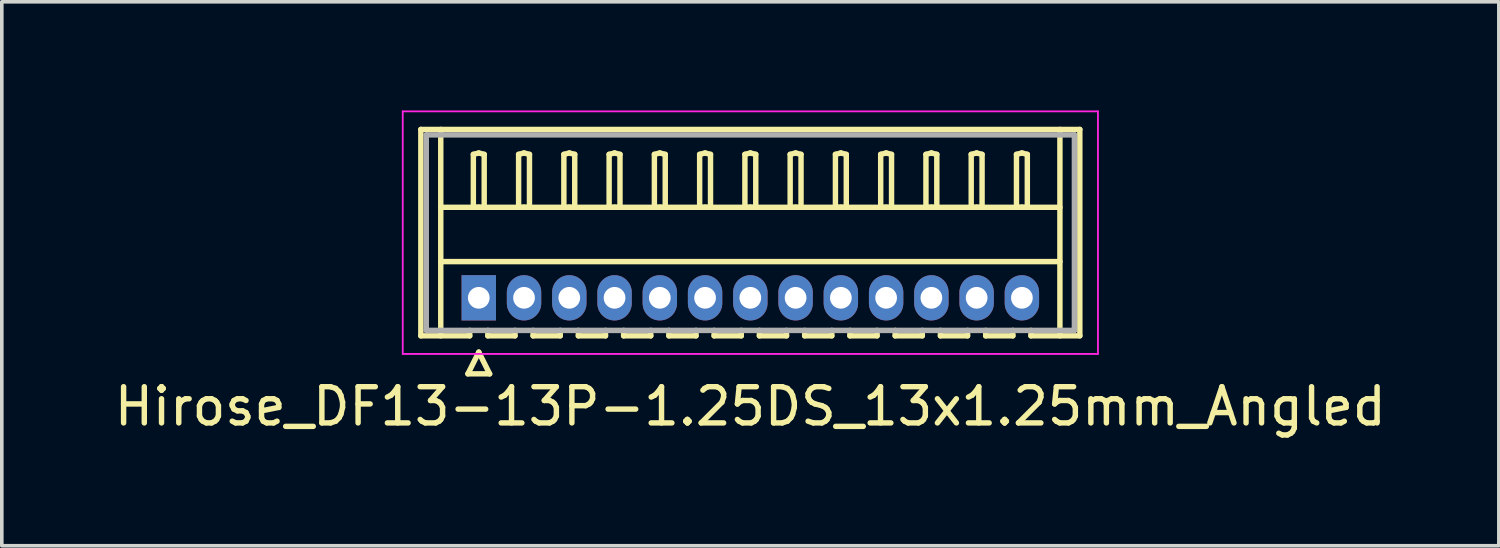
<source format=kicad_pcb>
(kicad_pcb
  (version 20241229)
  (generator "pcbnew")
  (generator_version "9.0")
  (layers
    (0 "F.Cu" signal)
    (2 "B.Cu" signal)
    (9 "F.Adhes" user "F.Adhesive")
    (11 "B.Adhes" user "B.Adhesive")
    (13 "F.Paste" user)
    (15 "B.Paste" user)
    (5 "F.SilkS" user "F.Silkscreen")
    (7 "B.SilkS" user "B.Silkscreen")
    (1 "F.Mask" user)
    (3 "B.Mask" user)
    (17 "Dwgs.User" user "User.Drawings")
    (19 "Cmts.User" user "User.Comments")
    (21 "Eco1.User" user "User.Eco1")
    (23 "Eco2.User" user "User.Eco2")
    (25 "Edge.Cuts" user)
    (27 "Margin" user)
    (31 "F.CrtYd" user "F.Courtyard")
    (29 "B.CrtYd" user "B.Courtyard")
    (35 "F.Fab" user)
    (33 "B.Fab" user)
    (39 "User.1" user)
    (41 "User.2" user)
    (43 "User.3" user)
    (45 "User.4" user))
  (footprint "Hirose_DF13-13P-1.25DS_13x1.25mm_Angled"
    (layer "F.Cu")
    (at 10.173 5.175)
    (property "Reference" "Hirose_DF13-13P-1.25DS_13x1.25mm_Angled" (at 7.5 3 0) (layer "F.SilkS") (effects (font (size 1 1) (thickness 0.15))))
    (attr through_hole)
    (fp_line (start -1.6 -4.65) (end 16.6 -4.65) (stroke (width 0.15) (type solid)) (layer "F.SilkS"))
    (fp_line (start -1.6 1.05) (end -1.6 -4.65) (stroke (width 0.15) (type solid)) (layer "F.SilkS"))
    (fp_line (start -1.05 -4.65) (end -1.05 1.05) (stroke (width 0.15) (type solid)) (layer "F.SilkS"))
    (fp_line (start -1.05 -2.5) (end 16.05 -2.5) (stroke (width 0.15) (type solid)) (layer "F.SilkS"))
    (fp_line (start -1.05 -1) (end 16.05 -1) (stroke (width 0.15) (type solid)) (layer "F.SilkS"))
    (fp_line (start -0.3 2.1) (end 0.3 2.1) (stroke (width 0.15) (type solid)) (layer "F.SilkS"))
    (fp_line (start -0.25 0.9) (end -0.25 1.05) (stroke (width 0.15) (type solid)) (layer "F.SilkS"))
    (fp_line (start -0.25 1.05) (end -1.6 1.05) (stroke (width 0.15) (type solid)) (layer "F.SilkS"))
    (fp_line (start -0.15 -3.962) (end 0 -4) (stroke (width 0.15) (type solid)) (layer "F.SilkS"))
    (fp_line (start -0.15 -2.5) (end -0.15 -3.962) (stroke (width 0.15) (type solid)) (layer "F.SilkS"))
    (fp_line (start 0 -4) (end 0.15 -3.962) (stroke (width 0.15) (type solid)) (layer "F.SilkS"))
    (fp_line (start 0 -2.5) (end -0.15 -2.5) (stroke (width 0.15) (type solid)) (layer "F.SilkS"))
    (fp_line (start 0 1.5) (end -0.3 2.1) (stroke (width 0.15) (type solid)) (layer "F.SilkS"))
    (fp_line (start 0.15 -3.962) (end 0.15 -2.5) (stroke (width 0.15) (type solid)) (layer "F.SilkS"))
    (fp_line (start 0.15 -2.5) (end 0 -2.5) (stroke (width 0.15) (type solid)) (layer "F.SilkS"))
    (fp_line (start 0.25 0.9) (end 0.25 1.05) (stroke (width 0.15) (type solid)) (layer "F.SilkS"))
    (fp_line (start 0.25 1.05) (end 1 1.05) (stroke (width 0.15) (type solid)) (layer "F.SilkS"))
    (fp_line (start 0.3 2.1) (end 0 1.5) (stroke (width 0.15) (type solid)) (layer "F.SilkS"))
    (fp_line (start 1 1.05) (end 1 0.9) (stroke (width 0.15) (type solid)) (layer "F.SilkS"))
    (fp_line (start 1.1 -3.962) (end 1.25 -4) (stroke (width 0.15) (type solid)) (layer "F.SilkS"))
    (fp_line (start 1.1 -2.5) (end 1.1 -3.962) (stroke (width 0.15) (type solid)) (layer "F.SilkS"))
    (fp_line (start 1.25 -4) (end 1.4 -3.962) (stroke (width 0.15) (type solid)) (layer "F.SilkS"))
    (fp_line (start 1.25 -2.5) (end 1.1 -2.5) (stroke (width 0.15) (type solid)) (layer "F.SilkS"))
    (fp_line (start 1.4 -3.962) (end 1.4 -2.5) (stroke (width 0.15) (type solid)) (layer "F.SilkS"))
    (fp_line (start 1.4 -2.5) (end 1.25 -2.5) (stroke (width 0.15) (type solid)) (layer "F.SilkS"))
    (fp_line (start 1.5 0.9) (end 1.5 1.05) (stroke (width 0.15) (type solid)) (layer "F.SilkS"))
    (fp_line (start 1.5 1.05) (end 2.25 1.05) (stroke (width 0.15) (type solid)) (layer "F.SilkS"))
    (fp_line (start 2.25 1.05) (end 2.25 0.9) (stroke (width 0.15) (type solid)) (layer "F.SilkS"))
    (fp_line (start 2.35 -3.962) (end 2.5 -4) (stroke (width 0.15) (type solid)) (layer "F.SilkS"))
    (fp_line (start 2.35 -2.5) (end 2.35 -3.962) (stroke (width 0.15) (type solid)) (layer "F.SilkS"))
    (fp_line (start 2.5 -4) (end 2.65 -3.962) (stroke (width 0.15) (type solid)) (layer "F.SilkS"))
    (fp_line (start 2.5 -2.5) (end 2.35 -2.5) (stroke (width 0.15) (type solid)) (layer "F.SilkS"))
    (fp_line (start 2.65 -3.962) (end 2.65 -2.5) (stroke (width 0.15) (type solid)) (layer "F.SilkS"))
    (fp_line (start 2.65 -2.5) (end 2.5 -2.5) (stroke (width 0.15) (type solid)) (layer "F.SilkS"))
    (fp_line (start 2.75 0.9) (end 2.75 1.05) (stroke (width 0.15) (type solid)) (layer "F.SilkS"))
    (fp_line (start 2.75 1.05) (end 3.5 1.05) (stroke (width 0.15) (type solid)) (layer "F.SilkS"))
    (fp_line (start 3.5 1.05) (end 3.5 0.9) (stroke (width 0.15) (type solid)) (layer "F.SilkS"))
    (fp_line (start 3.6 -3.962) (end 3.75 -4) (stroke (width 0.15) (type solid)) (layer "F.SilkS"))
    (fp_line (start 3.6 -2.5) (end 3.6 -3.962) (stroke (width 0.15) (type solid)) (layer "F.SilkS"))
    (fp_line (start 3.75 -4) (end 3.9 -3.962) (stroke (width 0.15) (type solid)) (layer "F.SilkS"))
    (fp_line (start 3.75 -2.5) (end 3.6 -2.5) (stroke (width 0.15) (type solid)) (layer "F.SilkS"))
    (fp_line (start 3.9 -3.962) (end 3.9 -2.5) (stroke (width 0.15) (type solid)) (layer "F.SilkS"))
    (fp_line (start 3.9 -2.5) (end 3.75 -2.5) (stroke (width 0.15) (type solid)) (layer "F.SilkS"))
    (fp_line (start 4 0.9) (end 4 1.05) (stroke (width 0.15) (type solid)) (layer "F.SilkS"))
    (fp_line (start 4 1.05) (end 4.75 1.05) (stroke (width 0.15) (type solid)) (layer "F.SilkS"))
    (fp_line (start 4.75 1.05) (end 4.75 0.9) (stroke (width 0.15) (type solid)) (layer "F.SilkS"))
    (fp_line (start 4.85 -3.962) (end 5 -4) (stroke (width 0.15) (type solid)) (layer "F.SilkS"))
    (fp_line (start 4.85 -2.5) (end 4.85 -3.962) (stroke (width 0.15) (type solid)) (layer "F.SilkS"))
    (fp_line (start 5 -4) (end 5.15 -3.962) (stroke (width 0.15) (type solid)) (layer "F.SilkS"))
    (fp_line (start 5 -2.5) (end 4.85 -2.5) (stroke (width 0.15) (type solid)) (layer "F.SilkS"))
    (fp_line (start 5.15 -3.962) (end 5.15 -2.5) (stroke (width 0.15) (type solid)) (layer "F.SilkS"))
    (fp_line (start 5.15 -2.5) (end 5 -2.5) (stroke (width 0.15) (type solid)) (layer "F.SilkS"))
    (fp_line (start 5.25 0.9) (end 5.25 1.05) (stroke (width 0.15) (type solid)) (layer "F.SilkS"))
    (fp_line (start 5.25 1.05) (end 6 1.05) (stroke (width 0.15) (type solid)) (layer "F.SilkS"))
    (fp_line (start 6 1.05) (end 6 0.9) (stroke (width 0.15) (type solid)) (layer "F.SilkS"))
    (fp_line (start 6.1 -3.962) (end 6.25 -4) (stroke (width 0.15) (type solid)) (layer "F.SilkS"))
    (fp_line (start 6.1 -2.5) (end 6.1 -3.962) (stroke (width 0.15) (type solid)) (layer "F.SilkS"))
    (fp_line (start 6.25 -4) (end 6.4 -3.962) (stroke (width 0.15) (type solid)) (layer "F.SilkS"))
    (fp_line (start 6.25 -2.5) (end 6.1 -2.5) (stroke (width 0.15) (type solid)) (layer "F.SilkS"))
    (fp_line (start 6.4 -3.962) (end 6.4 -2.5) (stroke (width 0.15) (type solid)) (layer "F.SilkS"))
    (fp_line (start 6.4 -2.5) (end 6.25 -2.5) (stroke (width 0.15) (type solid)) (layer "F.SilkS"))
    (fp_line (start 6.5 0.9) (end 6.5 1.05) (stroke (width 0.15) (type solid)) (layer "F.SilkS"))
    (fp_line (start 6.5 1.05) (end 7.25 1.05) (stroke (width 0.15) (type solid)) (layer "F.SilkS"))
    (fp_line (start 7.25 1.05) (end 7.25 0.9) (stroke (width 0.15) (type solid)) (layer "F.SilkS"))
    (fp_line (start 7.35 -3.962) (end 7.5 -4) (stroke (width 0.15) (type solid)) (layer "F.SilkS"))
    (fp_line (start 7.35 -2.5) (end 7.35 -3.962) (stroke (width 0.15) (type solid)) (layer "F.SilkS"))
    (fp_line (start 7.5 -4) (end 7.65 -3.962) (stroke (width 0.15) (type solid)) (layer "F.SilkS"))
    (fp_line (start 7.5 -2.5) (end 7.35 -2.5) (stroke (width 0.15) (type solid)) (layer "F.SilkS"))
    (fp_line (start 7.65 -3.962) (end 7.65 -2.5) (stroke (width 0.15) (type solid)) (layer "F.SilkS"))
    (fp_line (start 7.65 -2.5) (end 7.5 -2.5) (stroke (width 0.15) (type solid)) (layer "F.SilkS"))
    (fp_line (start 7.75 0.9) (end 7.75 1.05) (stroke (width 0.15) (type solid)) (layer "F.SilkS"))
    (fp_line (start 7.75 1.05) (end 8.5 1.05) (stroke (width 0.15) (type solid)) (layer "F.SilkS"))
    (fp_line (start 8.5 1.05) (end 8.5 0.9) (stroke (width 0.15) (type solid)) (layer "F.SilkS"))
    (fp_line (start 8.6 -3.962) (end 8.75 -4) (stroke (width 0.15) (type solid)) (layer "F.SilkS"))
    (fp_line (start 8.6 -2.5) (end 8.6 -3.962) (stroke (width 0.15) (type solid)) (layer "F.SilkS"))
    (fp_line (start 8.75 -4) (end 8.9 -3.962) (stroke (width 0.15) (type solid)) (layer "F.SilkS"))
    (fp_line (start 8.75 -2.5) (end 8.6 -2.5) (stroke (width 0.15) (type solid)) (layer "F.SilkS"))
    (fp_line (start 8.9 -3.962) (end 8.9 -2.5) (stroke (width 0.15) (type solid)) (layer "F.SilkS"))
    (fp_line (start 8.9 -2.5) (end 8.75 -2.5) (stroke (width 0.15) (type solid)) (layer "F.SilkS"))
    (fp_line (start 9 0.9) (end 9 1.05) (stroke (width 0.15) (type solid)) (layer "F.SilkS"))
    (fp_line (start 9 1.05) (end 9.75 1.05) (stroke (width 0.15) (type solid)) (layer "F.SilkS"))
    (fp_line (start 9.75 1.05) (end 9.75 0.9) (stroke (width 0.15) (type solid)) (layer "F.SilkS"))
    (fp_line (start 9.85 -3.962) (end 10 -4) (stroke (width 0.15) (type solid)) (layer "F.SilkS"))
    (fp_line (start 9.85 -2.5) (end 9.85 -3.962) (stroke (width 0.15) (type solid)) (layer "F.SilkS"))
    (fp_line (start 10 -4) (end 10.15 -3.962) (stroke (width 0.15) (type solid)) (layer "F.SilkS"))
    (fp_line (start 10 -2.5) (end 9.85 -2.5) (stroke (width 0.15) (type solid)) (layer "F.SilkS"))
    (fp_line (start 10.15 -3.962) (end 10.15 -2.5) (stroke (width 0.15) (type solid)) (layer "F.SilkS"))
    (fp_line (start 10.15 -2.5) (end 10 -2.5) (stroke (width 0.15) (type solid)) (layer "F.SilkS"))
    (fp_line (start 10.25 0.9) (end 10.25 1.05) (stroke (width 0.15) (type solid)) (layer "F.SilkS"))
    (fp_line (start 10.25 1.05) (end 11 1.05) (stroke (width 0.15) (type solid)) (layer "F.SilkS"))
    (fp_line (start 11 1.05) (end 11 0.9) (stroke (width 0.15) (type solid)) (layer "F.SilkS"))
    (fp_line (start 11.1 -3.962) (end 11.25 -4) (stroke (width 0.15) (type solid)) (layer "F.SilkS"))
    (fp_line (start 11.1 -2.5) (end 11.1 -3.962) (stroke (width 0.15) (type solid)) (layer "F.SilkS"))
    (fp_line (start 11.25 -4) (end 11.4 -3.962) (stroke (width 0.15) (type solid)) (layer "F.SilkS"))
    (fp_line (start 11.25 -2.5) (end 11.1 -2.5) (stroke (width 0.15) (type solid)) (layer "F.SilkS"))
    (fp_line (start 11.4 -3.962) (end 11.4 -2.5) (stroke (width 0.15) (type solid)) (layer "F.SilkS"))
    (fp_line (start 11.4 -2.5) (end 11.25 -2.5) (stroke (width 0.15) (type solid)) (layer "F.SilkS"))
    (fp_line (start 11.5 0.9) (end 11.5 1.05) (stroke (width 0.15) (type solid)) (layer "F.SilkS"))
    (fp_line (start 11.5 1.05) (end 12.25 1.05) (stroke (width 0.15) (type solid)) (layer "F.SilkS"))
    (fp_line (start 12.25 1.05) (end 12.25 0.9) (stroke (width 0.15) (type solid)) (layer "F.SilkS"))
    (fp_line (start 12.35 -3.962) (end 12.5 -4) (stroke (width 0.15) (type solid)) (layer "F.SilkS"))
    (fp_line (start 12.35 -2.5) (end 12.35 -3.962) (stroke (width 0.15) (type solid)) (layer "F.SilkS"))
    (fp_line (start 12.5 -4) (end 12.65 -3.962) (stroke (width 0.15) (type solid)) (layer "F.SilkS"))
    (fp_line (start 12.5 -2.5) (end 12.35 -2.5) (stroke (width 0.15) (type solid)) (layer "F.SilkS"))
    (fp_line (start 12.65 -3.962) (end 12.65 -2.5) (stroke (width 0.15) (type solid)) (layer "F.SilkS"))
    (fp_line (start 12.65 -2.5) (end 12.5 -2.5) (stroke (width 0.15) (type solid)) (layer "F.SilkS"))
    (fp_line (start 12.75 0.9) (end 12.75 1.05) (stroke (width 0.15) (type solid)) (layer "F.SilkS"))
    (fp_line (start 12.75 1.05) (end 13.5 1.05) (stroke (width 0.15) (type solid)) (layer "F.SilkS"))
    (fp_line (start 13.5 1.05) (end 13.5 0.9) (stroke (width 0.15) (type solid)) (layer "F.SilkS"))
    (fp_line (start 13.6 -3.962) (end 13.75 -4) (stroke (width 0.15) (type solid)) (layer "F.SilkS"))
    (fp_line (start 13.6 -2.5) (end 13.6 -3.962) (stroke (width 0.15) (type solid)) (layer "F.SilkS"))
    (fp_line (start 13.75 -4) (end 13.9 -3.962) (stroke (width 0.15) (type solid)) (layer "F.SilkS"))
    (fp_line (start 13.75 -2.5) (end 13.6 -2.5) (stroke (width 0.15) (type solid)) (layer "F.SilkS"))
    (fp_line (start 13.9 -3.962) (end 13.9 -2.5) (stroke (width 0.15) (type solid)) (layer "F.SilkS"))
    (fp_line (start 13.9 -2.5) (end 13.75 -2.5) (stroke (width 0.15) (type solid)) (layer "F.SilkS"))
    (fp_line (start 14 0.9) (end 14 1.05) (stroke (width 0.15) (type solid)) (layer "F.SilkS"))
    (fp_line (start 14 1.05) (end 14.75 1.05) (stroke (width 0.15) (type solid)) (layer "F.SilkS"))
    (fp_line (start 14.75 1.05) (end 14.75 0.9) (stroke (width 0.15) (type solid)) (layer "F.SilkS"))
    (fp_line (start 14.85 -3.962) (end 15 -4) (stroke (width 0.15) (type solid)) (layer "F.SilkS"))
    (fp_line (start 14.85 -2.5) (end 14.85 -3.962) (stroke (width 0.15) (type solid)) (layer "F.SilkS"))
    (fp_line (start 15 -4) (end 15.15 -3.962) (stroke (width 0.15) (type solid)) (layer "F.SilkS"))
    (fp_line (start 15 -2.5) (end 14.85 -2.5) (stroke (width 0.15) (type solid)) (layer "F.SilkS"))
    (fp_line (start 15.15 -3.962) (end 15.15 -2.5) (stroke (width 0.15) (type solid)) (layer "F.SilkS"))
    (fp_line (start 15.15 -2.5) (end 15 -2.5) (stroke (width 0.15) (type solid)) (layer "F.SilkS"))
    (fp_line (start 15.25 1.05) (end 15.25 0.9) (stroke (width 0.15) (type solid)) (layer "F.SilkS"))
    (fp_line (start 16.05 -4.65) (end 16.05 1.05) (stroke (width 0.15) (type solid)) (layer "F.SilkS"))
    (fp_line (start 16.6 -4.65) (end 16.6 1.05) (stroke (width 0.15) (type solid)) (layer "F.SilkS"))
    (fp_line (start 16.6 1.05) (end 15.25 1.05) (stroke (width 0.15) (type solid)) (layer "F.SilkS"))
    (fp_line (start -2.1 -5.15) (end -2.1 1.55) (stroke (width 0.05) (type solid)) (layer "F.CrtYd"))
    (fp_line (start -2.1 1.55) (end 17.1 1.55) (stroke (width 0.05) (type solid)) (layer "F.CrtYd"))
    (fp_line (start 17.1 -5.15) (end -2.1 -5.15) (stroke (width 0.05) (type solid)) (layer "F.CrtYd"))
    (fp_line (start 17.1 1.55) (end 17.1 -5.15) (stroke (width 0.05) (type solid)) (layer "F.CrtYd"))
    (fp_line (start -1.45 -4.5) (end -1.45 0.9) (stroke (width 0.15) (type solid)) (layer "F.Fab"))
    (fp_line (start -1.45 0.9) (end 16.45 0.9) (stroke (width 0.15) (type solid)) (layer "F.Fab"))
    (fp_line (start 16.45 -4.5) (end -1.45 -4.5) (stroke (width 0.15) (type solid)) (layer "F.Fab"))
    (fp_line (start 16.45 0.9) (end 16.45 -4.5) (stroke (width 0.15) (type solid)) (layer "F.Fab"))
    (pad "1" thru_hole rect (at 0 0) (size 0.95 1.25) (drill 0.6) (layers "*.Cu" "*.Mask"))
    (pad "2" thru_hole oval (at 1.25 0) (size 0.95 1.25) (drill 0.6) (layers "*.Cu" "*.Mask"))
    (pad "3" thru_hole oval (at 2.5 0) (size 0.95 1.25) (drill 0.6) (layers "*.Cu" "*.Mask"))
    (pad "4" thru_hole oval (at 3.75 0) (size 0.95 1.25) (drill 0.6) (layers "*.Cu" "*.Mask"))
    (pad "5" thru_hole oval (at 5 0) (size 0.95 1.25) (drill 0.6) (layers "*.Cu" "*.Mask"))
    (pad "6" thru_hole oval (at 6.25 0) (size 0.95 1.25) (drill 0.6) (layers "*.Cu" "*.Mask"))
    (pad "7" thru_hole oval (at 7.5 0) (size 0.95 1.25) (drill 0.6) (layers "*.Cu" "*.Mask"))
    (pad "8" thru_hole oval (at 8.75 0) (size 0.95 1.25) (drill 0.6) (layers "*.Cu" "*.Mask"))
    (pad "9" thru_hole oval (at 10 0) (size 0.95 1.25) (drill 0.6) (layers "*.Cu" "*.Mask"))
    (pad "10" thru_hole oval (at 11.25 0) (size 0.95 1.25) (drill 0.6) (layers "*.Cu" "*.Mask"))
    (pad "11" thru_hole oval (at 12.5 0) (size 0.95 1.25) (drill 0.6) (layers "*.Cu" "*.Mask"))
    (pad "12" thru_hole oval (at 13.75 0) (size 0.95 1.25) (drill 0.6) (layers "*.Cu" "*.Mask"))
    (pad "13" thru_hole oval (at 15 0) (size 0.95 1.25) (drill 0.6) (layers "*.Cu" "*.Mask")))
  (gr_rect
    (start -3 -3)
    (end 38.345 12.023)
    (stroke (width 0.1) (type default))
    (fill no)
    (layer "Edge.Cuts")))
</source>
